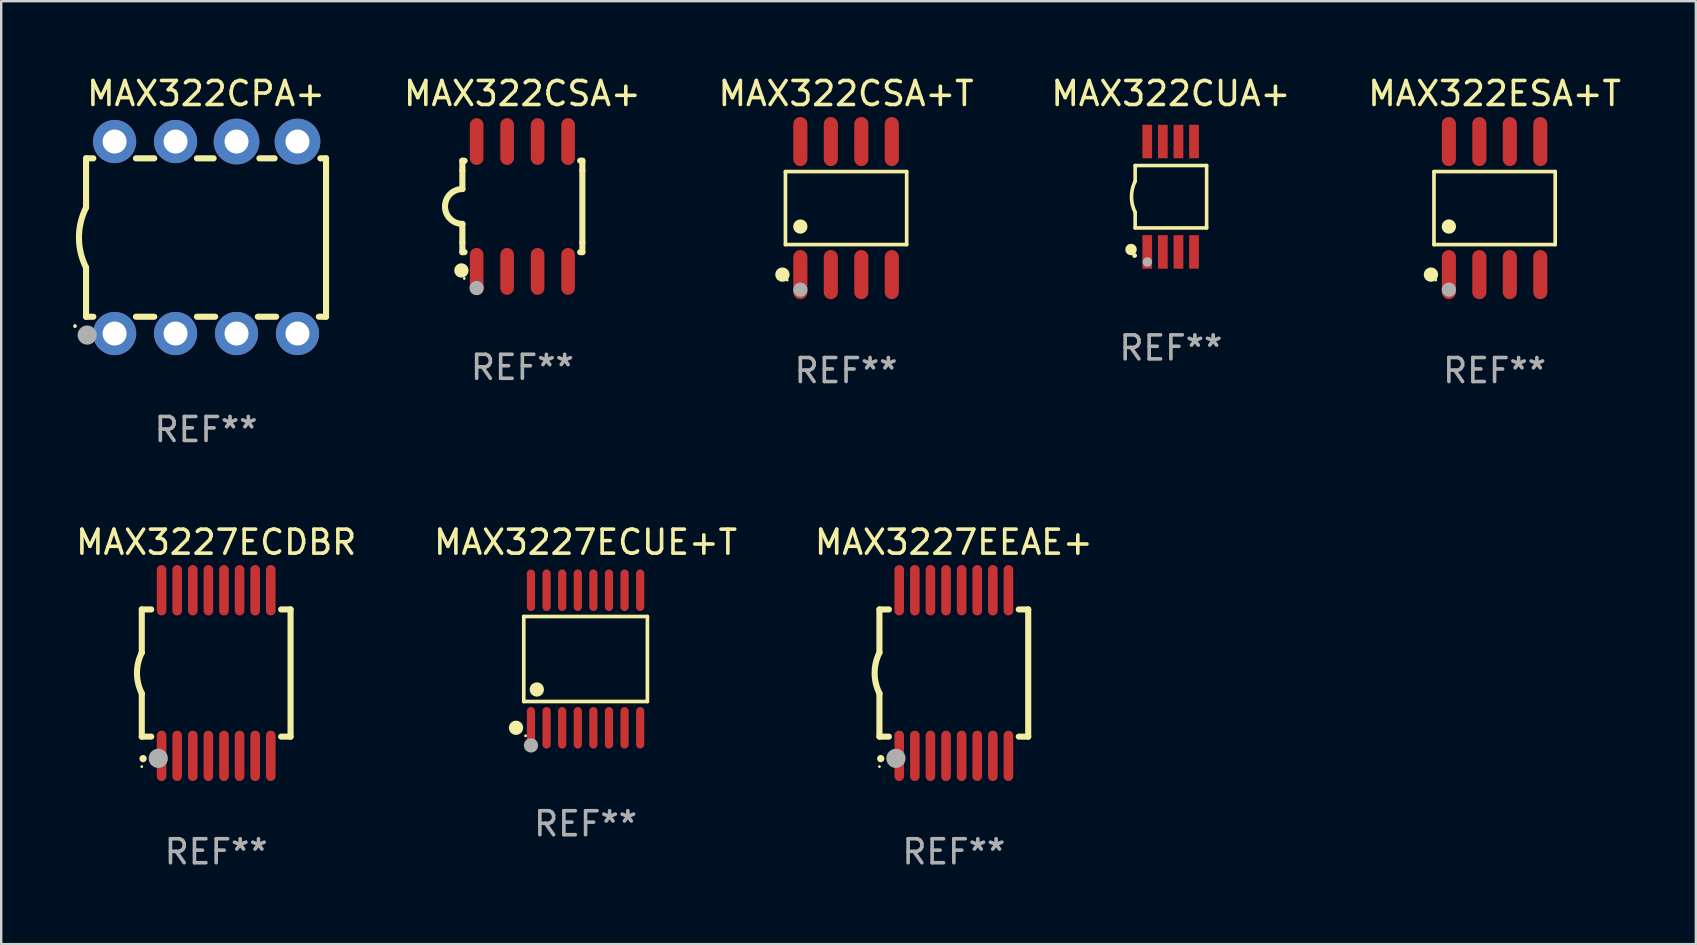
<source format=kicad_pcb>
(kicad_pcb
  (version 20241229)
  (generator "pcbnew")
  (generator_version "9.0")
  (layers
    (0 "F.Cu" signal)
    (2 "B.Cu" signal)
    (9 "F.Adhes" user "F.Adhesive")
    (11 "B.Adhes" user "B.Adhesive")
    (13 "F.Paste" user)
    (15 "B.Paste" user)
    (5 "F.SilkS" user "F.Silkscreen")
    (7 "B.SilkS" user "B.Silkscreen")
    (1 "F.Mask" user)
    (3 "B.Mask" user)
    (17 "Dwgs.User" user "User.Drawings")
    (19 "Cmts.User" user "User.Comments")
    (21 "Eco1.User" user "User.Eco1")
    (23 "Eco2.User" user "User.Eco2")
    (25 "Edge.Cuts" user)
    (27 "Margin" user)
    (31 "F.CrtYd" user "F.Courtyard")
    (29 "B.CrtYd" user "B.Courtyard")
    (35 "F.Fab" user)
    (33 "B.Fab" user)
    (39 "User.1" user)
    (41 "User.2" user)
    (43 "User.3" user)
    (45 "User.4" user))
  (footprint "MAX322CSA+"
    (layer "F.Cu")
    (at 18.717 5.553)
    (property "Reference" "MAX322CSA+" (at 0 -4.705 0) (layer "F.SilkS") (effects (font (size 1 1) (thickness 0.15))))
    (attr through_hole)
    (fp_line (start -2.5 -1.905) (end -2.409 -1.905) (stroke (width 0.254) (type solid)) (layer "F.SilkS"))
    (fp_line (start -2.5 -1.5) (end -2.5 -1.905) (stroke (width 0.254) (type solid)) (layer "F.SilkS"))
    (fp_line (start -2.5 -1.5) (end -2.5 -0.726) (stroke (width 0.254) (type solid)) (layer "F.SilkS"))
    (fp_line (start -2.5 1.5) (end -2.5 0.727) (stroke (width 0.254) (type solid)) (layer "F.SilkS"))
    (fp_line (start -2.5 1.5) (end -2.5 1.905) (stroke (width 0.254) (type solid)) (layer "F.SilkS"))
    (fp_line (start -2.5 1.905) (end -2.409 1.905) (stroke (width 0.254) (type solid)) (layer "F.SilkS"))
    (fp_line (start 2.5 -1.905) (end 2.409 -1.905) (stroke (width 0.254) (type solid)) (layer "F.SilkS"))
    (fp_line (start 2.5 -1.5) (end 2.5 -1.905) (stroke (width 0.254) (type solid)) (layer "F.SilkS"))
    (fp_line (start 2.5 -1.5) (end 2.5 1.5) (stroke (width 0.254) (type solid)) (layer "F.SilkS"))
    (fp_line (start 2.5 1.5) (end 2.5 1.905) (stroke (width 0.254) (type solid)) (layer "F.SilkS"))
    (fp_line (start 2.5 1.905) (end 2.409 1.905) (stroke (width 0.254) (type solid)) (layer "F.SilkS"))
    (fp_arc (start -2.5 0.726568) (mid -3.220316 -0.0023) (end -2.495097 -0.726289) (stroke (width 0.254001) (type solid)) (layer "F.SilkS"))
    (fp_circle (center -2.54 2.667) (end -2.39 2.667) (stroke (width 0.3) (type solid)) (fill no) (layer "F.SilkS"))
    (fp_circle (center -2.42 3) (end -2.39 3) (stroke (width 0.06) (type solid)) (fill no) (layer "F.SilkS"))
    (fp_circle (center -1.905 3.4) (end -1.755 3.4) (stroke (width 0.3) (type solid)) (fill no) (layer "F.Fab"))
    (fp_text user "REF**" (at 0 6.705 0) (layer "F.Fab") (effects (font (size 1 1) (thickness 0.15))))
    (pad "1" smd oval (at -1.905 2.705) (size 0.568 1.95) (layers "F.Cu" "F.Mask" "F.Paste"))
    (pad "2" smd oval (at -0.635 2.705) (size 0.568 1.95) (layers "F.Cu" "F.Mask" "F.Paste"))
    (pad "3" smd oval (at 0.635 2.705) (size 0.568 1.95) (layers "F.Cu" "F.Mask" "F.Paste"))
    (pad "4" smd oval (at 1.905 2.705) (size 0.568 1.95) (layers "F.Cu" "F.Mask" "F.Paste"))
    (pad "5" smd oval (at 1.905 -2.705) (size 0.568 1.95) (layers "F.Cu" "F.Mask" "F.Paste"))
    (pad "6" smd oval (at 0.635 -2.705) (size 0.568 1.95) (layers "F.Cu" "F.Mask" "F.Paste"))
    (pad "7" smd oval (at -0.635 -2.705) (size 0.568 1.95) (layers "F.Cu" "F.Mask" "F.Paste"))
    (pad "8" smd oval (at -1.905 -2.705) (size 0.568 1.95) (layers "F.Cu" "F.Mask" "F.Paste")))
  (footprint "MAX3227ECUE+T"
    (layer "F.Cu")
    (at 21.351 24.411)
    (property "Reference" "MAX3227ECUE+T" (at 0 -4.866 0) (layer "F.SilkS") (effects (font (size 1 1) (thickness 0.15))))
    (attr through_hole)
    (fp_line (start -2.576 -1.772) (end 2.576 -1.772) (stroke (width 0.152) (type solid)) (layer "F.SilkS"))
    (fp_line (start -2.576 1.771) (end -2.576 -1.772) (stroke (width 0.152) (type solid)) (layer "F.SilkS"))
    (fp_line (start 2.576 -1.772) (end 2.576 1.771) (stroke (width 0.152) (type solid)) (layer "F.SilkS"))
    (fp_line (start 2.576 1.771) (end -2.576 1.771) (stroke (width 0.152) (type solid)) (layer "F.SilkS"))
    (fp_circle (center -2.899 2.866) (end -2.749 2.866) (stroke (width 0.3) (type solid)) (fill no) (layer "F.SilkS"))
    (fp_circle (center -2.5 3.2) (end -2.47 3.2) (stroke (width 0.06) (type solid)) (fill no) (layer "F.SilkS"))
    (fp_circle (center -2.032 1.27) (end -1.882 1.27) (stroke (width 0.3) (type solid)) (fill no) (layer "F.SilkS"))
    (fp_circle (center -2.275 3.6) (end -2.125 3.6) (stroke (width 0.3) (type solid)) (fill no) (layer "F.Fab"))
    (fp_text user "REF**" (at 0 6.866 0) (layer "F.Fab") (effects (font (size 1 1) (thickness 0.15))))
    (pad "1" smd oval (at -2.275 2.866) (size 0.343 1.731) (layers "F.Cu" "F.Mask" "F.Paste"))
    (pad "2" smd oval (at -1.625 2.866) (size 0.343 1.731) (layers "F.Cu" "F.Mask" "F.Paste"))
    (pad "3" smd oval (at -0.975 2.866) (size 0.343 1.731) (layers "F.Cu" "F.Mask" "F.Paste"))
    (pad "4" smd oval (at -0.325 2.866) (size 0.343 1.731) (layers "F.Cu" "F.Mask" "F.Paste"))
    (pad "5" smd oval (at 0.325 2.866) (size 0.343 1.731) (layers "F.Cu" "F.Mask" "F.Paste"))
    (pad "6" smd oval (at 0.975 2.866) (size 0.343 1.731) (layers "F.Cu" "F.Mask" "F.Paste"))
    (pad "7" smd oval (at 1.625 2.866) (size 0.343 1.731) (layers "F.Cu" "F.Mask" "F.Paste"))
    (pad "8" smd oval (at 2.275 2.866) (size 0.343 1.731) (layers "F.Cu" "F.Mask" "F.Paste"))
    (pad "9" smd oval (at 2.275 -2.866) (size 0.343 1.731) (layers "F.Cu" "F.Mask" "F.Paste"))
    (pad "10" smd oval (at 1.625 -2.866) (size 0.343 1.731) (layers "F.Cu" "F.Mask" "F.Paste"))
    (pad "11" smd oval (at 0.975 -2.866) (size 0.343 1.731) (layers "F.Cu" "F.Mask" "F.Paste"))
    (pad "12" smd oval (at 0.325 -2.866) (size 0.343 1.731) (layers "F.Cu" "F.Mask" "F.Paste"))
    (pad "13" smd oval (at -0.325 -2.866) (size 0.343 1.731) (layers "F.Cu" "F.Mask" "F.Paste"))
    (pad "14" smd oval (at -0.975 -2.866) (size 0.343 1.731) (layers "F.Cu" "F.Mask" "F.Paste"))
    (pad "15" smd oval (at -1.625 -2.866) (size 0.343 1.731) (layers "F.Cu" "F.Mask" "F.Paste"))
    (pad "16" smd oval (at -2.275 -2.866) (size 0.343 1.731) (layers "F.Cu" "F.Mask" "F.Paste")))
  (footprint "MAX3227ECDBR"
    (layer "F.Cu")
    (at 5.958 24.995)
    (property "Reference" "MAX3227ECDBR" (at 0 -5.45 0) (layer "F.SilkS") (effects (font (size 1 1) (thickness 0.15))))
    (attr through_hole)
    (fp_line (start -3.1 -2.65) (end -3.1 -0.85) (stroke (width 0.254) (type solid)) (layer "F.SilkS"))
    (fp_line (start -3.1 -2.65) (end -2.706 -2.65) (stroke (width 0.254) (type solid)) (layer "F.SilkS"))
    (fp_line (start -3.1 2.65) (end -3.1 0.85) (stroke (width 0.254) (type solid)) (layer "F.SilkS"))
    (fp_line (start -3.1 2.65) (end -2.706 2.65) (stroke (width 0.254) (type solid)) (layer "F.SilkS"))
    (fp_line (start 2.706 -2.65) (end 3.1 -2.65) (stroke (width 0.254) (type solid)) (layer "F.SilkS"))
    (fp_line (start 2.706 2.65) (end 3.1 2.65) (stroke (width 0.254) (type solid)) (layer "F.SilkS"))
    (fp_line (start 3.1 -2.65) (end 3.1 2.65) (stroke (width 0.254) (type solid)) (layer "F.SilkS"))
    (fp_arc (start -3.098907 0.850902) (mid -3.300057 0.000523) (end -3.1 -0.850114) (stroke (width 0.254001) (type solid)) (layer "F.SilkS"))
    (fp_arc (start -3.048006 3.566066) (mid -3.046736 3.566061) (end -3.045466 3.566066) (stroke (width 0.3) (type solid)) (layer "F.SilkS"))
    (fp_circle (center -3.1 3.9) (end -3.07 3.9) (stroke (width 0.06) (type solid)) (fill no) (layer "F.SilkS"))
    (fp_circle (center -2.413 3.556) (end -2.213 3.556) (stroke (width 0.4) (type solid)) (fill no) (layer "F.Fab"))
    (fp_text user "REF**" (at 0 7.45 0) (layer "F.Fab") (effects (font (size 1 1) (thickness 0.15))))
    (pad "1" smd oval (at -2.275 3.45 180) (size 0.4 2.1) (layers "F.Cu" "F.Mask" "F.Paste"))
    (pad "2" smd oval (at -1.625 3.45 180) (size 0.4 2.1) (layers "F.Cu" "F.Mask" "F.Paste"))
    (pad "3" smd oval (at -0.975 3.45 180) (size 0.4 2.1) (layers "F.Cu" "F.Mask" "F.Paste"))
    (pad "4" smd oval (at -0.325 3.45 180) (size 0.4 2.1) (layers "F.Cu" "F.Mask" "F.Paste"))
    (pad "5" smd oval (at 0.325 3.45 180) (size 0.4 2.1) (layers "F.Cu" "F.Mask" "F.Paste"))
    (pad "6" smd oval (at 0.975 3.45 180) (size 0.4 2.1) (layers "F.Cu" "F.Mask" "F.Paste"))
    (pad "7" smd oval (at 1.625 3.45 180) (size 0.4 2.1) (layers "F.Cu" "F.Mask" "F.Paste"))
    (pad "8" smd oval (at 2.275 3.45 180) (size 0.4 2.1) (layers "F.Cu" "F.Mask" "F.Paste"))
    (pad "9" smd oval (at 2.275 -3.45 180) (size 0.4 2.1) (layers "F.Cu" "F.Mask" "F.Paste"))
    (pad "10" smd oval (at 1.625 -3.45 180) (size 0.4 2.1) (layers "F.Cu" "F.Mask" "F.Paste"))
    (pad "11" smd oval (at 0.975 -3.45 180) (size 0.4 2.1) (layers "F.Cu" "F.Mask" "F.Paste"))
    (pad "12" smd oval (at 0.325 -3.45 180) (size 0.4 2.1) (layers "F.Cu" "F.Mask" "F.Paste"))
    (pad "13" smd oval (at -0.325 -3.45 180) (size 0.4 2.1) (layers "F.Cu" "F.Mask" "F.Paste"))
    (pad "14" smd oval (at -0.975 -3.45 180) (size 0.4 2.1) (layers "F.Cu" "F.Mask" "F.Paste"))
    (pad "15" smd oval (at -1.625 -3.45 180) (size 0.4 2.1) (layers "F.Cu" "F.Mask" "F.Paste"))
    (pad "16" smd oval (at -2.275 -3.45 180) (size 0.4 2.1) (layers "F.Cu" "F.Mask" "F.Paste")))
  (footprint "MAX322ESA+T"
    (layer "F.Cu")
    (at 59.229 5.621)
    (property "Reference" "MAX322ESA+T" (at 0 -4.772 0) (layer "F.SilkS") (effects (font (size 1 1) (thickness 0.15))))
    (attr through_hole)
    (fp_line (start -2.526 -1.521) (end 2.526 -1.521) (stroke (width 0.152) (type solid)) (layer "F.SilkS"))
    (fp_line (start -2.526 1.521) (end -2.526 -1.521) (stroke (width 0.152) (type solid)) (layer "F.SilkS"))
    (fp_line (start 2.526 -1.521) (end 2.526 1.521) (stroke (width 0.152) (type solid)) (layer "F.SilkS"))
    (fp_line (start 2.526 1.521) (end -2.526 1.521) (stroke (width 0.152) (type solid)) (layer "F.SilkS"))
    (fp_circle (center -2.652 2.772) (end -2.501 2.772) (stroke (width 0.3) (type solid)) (fill no) (layer "F.SilkS"))
    (fp_circle (center -2.45 3) (end -2.42 3) (stroke (width 0.06) (type solid)) (fill no) (layer "F.SilkS"))
    (fp_circle (center -1.905 0.769) (end -1.755 0.769) (stroke (width 0.3) (type solid)) (fill no) (layer "F.SilkS"))
    (fp_circle (center -1.905 3.4) (end -1.755 3.4) (stroke (width 0.3) (type solid)) (fill no) (layer "F.Fab"))
    (fp_text user "REF**" (at 0 6.772 0) (layer "F.Fab") (effects (font (size 1 1) (thickness 0.15))))
    (pad "1" smd oval (at -1.905 2.772) (size 0.588 2.045) (layers "F.Cu" "F.Mask" "F.Paste"))
    (pad "2" smd oval (at -0.635 2.772) (size 0.588 2.045) (layers "F.Cu" "F.Mask" "F.Paste"))
    (pad "3" smd oval (at 0.635 2.772) (size 0.588 2.045) (layers "F.Cu" "F.Mask" "F.Paste"))
    (pad "4" smd oval (at 1.905 2.772) (size 0.588 2.045) (layers "F.Cu" "F.Mask" "F.Paste"))
    (pad "5" smd oval (at 1.905 -2.772) (size 0.588 2.045) (layers "F.Cu" "F.Mask" "F.Paste"))
    (pad "6" smd oval (at 0.635 -2.772) (size 0.588 2.045) (layers "F.Cu" "F.Mask" "F.Paste"))
    (pad "7" smd oval (at -0.635 -2.772) (size 0.588 2.045) (layers "F.Cu" "F.Mask" "F.Paste"))
    (pad "8" smd oval (at -1.905 -2.772) (size 0.588 2.045) (layers "F.Cu" "F.Mask" "F.Paste")))
  (footprint "MAX322CPA+"
    (layer "F.Cu")
    (at 5.536 6.848)
    (property "Reference" "MAX322CPA+" (at 0 -6 0) (layer "F.SilkS") (effects (font (size 1 1) (thickness 0.15))))
    (attr through_hole)
    (fp_line (start -5 -3.3) (end -5 -1.25) (stroke (width 0.254) (type solid)) (layer "F.SilkS"))
    (fp_line (start -5 -3.3) (end -4.698 -3.3) (stroke (width 0.254) (type solid)) (layer "F.SilkS"))
    (fp_line (start -5 3.3) (end -5 1.25) (stroke (width 0.254) (type solid)) (layer "F.SilkS"))
    (fp_line (start -5 3.3) (end -4.698 3.3) (stroke (width 0.254) (type solid)) (layer "F.SilkS"))
    (fp_line (start -2.922 -3.3) (end -2.158 -3.3) (stroke (width 0.254) (type solid)) (layer "F.SilkS"))
    (fp_line (start -2.922 3.3) (end -2.158 3.3) (stroke (width 0.254) (type solid)) (layer "F.SilkS"))
    (fp_line (start -0.382 -3.3) (end 0.316 -3.3) (stroke (width 0.254) (type solid)) (layer "F.SilkS"))
    (fp_line (start -0.382 3.3) (end 0.382 3.3) (stroke (width 0.254) (type solid)) (layer "F.SilkS"))
    (fp_line (start 2.158 3.3) (end 2.922 3.3) (stroke (width 0.254) (type solid)) (layer "F.SilkS"))
    (fp_line (start 2.224 -3.3) (end 2.856 -3.3) (stroke (width 0.254) (type solid)) (layer "F.SilkS"))
    (fp_line (start 4.698 3.3) (end 5 3.3) (stroke (width 0.254) (type solid)) (layer "F.SilkS"))
    (fp_line (start 4.764 -3.3) (end 5 -3.3) (stroke (width 0.254) (type solid)) (layer "F.SilkS"))
    (fp_line (start 5 -3.3) (end 5 3.3) (stroke (width 0.254) (type solid)) (layer "F.SilkS"))
    (fp_arc (start -5.46124 3.694259) (mid -5.461175 3.688632) (end -5.460986 3.683007) (stroke (width 0.149987) (type solid)) (layer "F.SilkS"))
    (fp_arc (start -5.00127 1.249682) (mid -5.295892 -0.000313) (end -5.000025 -1.250013) (stroke (width 0.254001) (type solid)) (layer "F.SilkS"))
    (fp_circle (center -4.795 4.237) (end -4.765 4.237) (stroke (width 0.06) (type solid)) (fill no) (layer "F.SilkS"))
    (fp_circle (center -4.953 4.064) (end -4.753 4.064) (stroke (width 0.4) (type solid)) (fill no) (layer "F.Fab"))
    (fp_text user "REF**" (at 0 8 0) (layer "F.Fab") (effects (font (size 1 1) (thickness 0.15))))
    (pad "1" thru_hole circle (at -3.81 4) (size 1.8 1.8) (drill 1) (layers "*.Cu" "*.Mask"))
    (pad "2" thru_hole circle (at -1.27 4) (size 1.8 1.8) (drill 1) (layers "*.Cu" "*.Mask"))
    (pad "3" thru_hole circle (at 1.27 4) (size 1.8 1.8) (drill 1) (layers "*.Cu" "*.Mask"))
    (pad "4" thru_hole circle (at 3.81 4) (size 1.8 1.8) (drill 1) (layers "*.Cu" "*.Mask"))
    (pad "5" thru_hole circle (at 3.81 -4) (size 1.905 1.905) (drill 1) (layers "*.Cu" "*.Mask"))
    (pad "6" thru_hole circle (at 1.27 -4) (size 1.905 1.905) (drill 1) (layers "*.Cu" "*.Mask"))
    (pad "7" thru_hole circle (at -1.27 -4) (size 1.8 1.8) (drill 1) (layers "*.Cu" "*.Mask"))
    (pad "8" thru_hole circle (at -3.81 -4) (size 1.8 1.8) (drill 1) (layers "*.Cu" "*.Mask")))
  (footprint "MAX322CSA+T"
    (layer "F.Cu")
    (at 32.205 5.621)
    (property "Reference" "MAX322CSA+T" (at 0 -4.772 0) (layer "F.SilkS") (effects (font (size 1 1) (thickness 0.15))))
    (attr through_hole)
    (fp_line (start -2.526 -1.521) (end 2.526 -1.521) (stroke (width 0.152) (type solid)) (layer "F.SilkS"))
    (fp_line (start -2.526 1.521) (end -2.526 -1.521) (stroke (width 0.152) (type solid)) (layer "F.SilkS"))
    (fp_line (start 2.526 -1.521) (end 2.526 1.521) (stroke (width 0.152) (type solid)) (layer "F.SilkS"))
    (fp_line (start 2.526 1.521) (end -2.526 1.521) (stroke (width 0.152) (type solid)) (layer "F.SilkS"))
    (fp_circle (center -2.652 2.772) (end -2.501 2.772) (stroke (width 0.3) (type solid)) (fill no) (layer "F.SilkS"))
    (fp_circle (center -2.45 3) (end -2.42 3) (stroke (width 0.06) (type solid)) (fill no) (layer "F.SilkS"))
    (fp_circle (center -1.905 0.769) (end -1.755 0.769) (stroke (width 0.3) (type solid)) (fill no) (layer "F.SilkS"))
    (fp_circle (center -1.905 3.4) (end -1.755 3.4) (stroke (width 0.3) (type solid)) (fill no) (layer "F.Fab"))
    (fp_text user "REF**" (at 0 6.772 0) (layer "F.Fab") (effects (font (size 1 1) (thickness 0.15))))
    (pad "1" smd oval (at -1.905 2.772) (size 0.588 2.045) (layers "F.Cu" "F.Mask" "F.Paste"))
    (pad "2" smd oval (at -0.635 2.772) (size 0.588 2.045) (layers "F.Cu" "F.Mask" "F.Paste"))
    (pad "3" smd oval (at 0.635 2.772) (size 0.588 2.045) (layers "F.Cu" "F.Mask" "F.Paste"))
    (pad "4" smd oval (at 1.905 2.772) (size 0.588 2.045) (layers "F.Cu" "F.Mask" "F.Paste"))
    (pad "5" smd oval (at 1.905 -2.772) (size 0.588 2.045) (layers "F.Cu" "F.Mask" "F.Paste"))
    (pad "6" smd oval (at 0.635 -2.772) (size 0.588 2.045) (layers "F.Cu" "F.Mask" "F.Paste"))
    (pad "7" smd oval (at -0.635 -2.772) (size 0.588 2.045) (layers "F.Cu" "F.Mask" "F.Paste"))
    (pad "8" smd oval (at -1.905 -2.772) (size 0.588 2.045) (layers "F.Cu" "F.Mask" "F.Paste")))
  (footprint "MAX3227EEAE+"
    (layer "F.Cu")
    (at 36.696 24.995)
    (property "Reference" "MAX3227EEAE+" (at 0 -5.45 0) (layer "F.SilkS") (effects (font (size 1 1) (thickness 0.15))))
    (attr through_hole)
    (fp_line (start -3.1 -2.65) (end -3.1 -0.85) (stroke (width 0.254) (type solid)) (layer "F.SilkS"))
    (fp_line (start -3.1 -2.65) (end -2.706 -2.65) (stroke (width 0.254) (type solid)) (layer "F.SilkS"))
    (fp_line (start -3.1 2.65) (end -3.1 0.85) (stroke (width 0.254) (type solid)) (layer "F.SilkS"))
    (fp_line (start -3.1 2.65) (end -2.706 2.65) (stroke (width 0.254) (type solid)) (layer "F.SilkS"))
    (fp_line (start 2.706 -2.65) (end 3.1 -2.65) (stroke (width 0.254) (type solid)) (layer "F.SilkS"))
    (fp_line (start 2.706 2.65) (end 3.1 2.65) (stroke (width 0.254) (type solid)) (layer "F.SilkS"))
    (fp_line (start 3.1 -2.65) (end 3.1 2.65) (stroke (width 0.254) (type solid)) (layer "F.SilkS"))
    (fp_arc (start -3.098907 0.850902) (mid -3.300057 0.000523) (end -3.1 -0.850114) (stroke (width 0.254001) (type solid)) (layer "F.SilkS"))
    (fp_arc (start -3.048006 3.566066) (mid -3.046736 3.566061) (end -3.045466 3.566066) (stroke (width 0.3) (type solid)) (layer "F.SilkS"))
    (fp_circle (center -3.1 3.9) (end -3.07 3.9) (stroke (width 0.06) (type solid)) (fill no) (layer "F.SilkS"))
    (fp_circle (center -2.413 3.556) (end -2.213 3.556) (stroke (width 0.4) (type solid)) (fill no) (layer "F.Fab"))
    (fp_text user "REF**" (at 0 7.45 0) (layer "F.Fab") (effects (font (size 1 1) (thickness 0.15))))
    (pad "1" smd oval (at -2.275 3.45 180) (size 0.4 2.1) (layers "F.Cu" "F.Mask" "F.Paste"))
    (pad "2" smd oval (at -1.625 3.45 180) (size 0.4 2.1) (layers "F.Cu" "F.Mask" "F.Paste"))
    (pad "3" smd oval (at -0.975 3.45 180) (size 0.4 2.1) (layers "F.Cu" "F.Mask" "F.Paste"))
    (pad "4" smd oval (at -0.325 3.45 180) (size 0.4 2.1) (layers "F.Cu" "F.Mask" "F.Paste"))
    (pad "5" smd oval (at 0.325 3.45 180) (size 0.4 2.1) (layers "F.Cu" "F.Mask" "F.Paste"))
    (pad "6" smd oval (at 0.975 3.45 180) (size 0.4 2.1) (layers "F.Cu" "F.Mask" "F.Paste"))
    (pad "7" smd oval (at 1.625 3.45 180) (size 0.4 2.1) (layers "F.Cu" "F.Mask" "F.Paste"))
    (pad "8" smd oval (at 2.275 3.45 180) (size 0.4 2.1) (layers "F.Cu" "F.Mask" "F.Paste"))
    (pad "9" smd oval (at 2.275 -3.45 180) (size 0.4 2.1) (layers "F.Cu" "F.Mask" "F.Paste"))
    (pad "10" smd oval (at 1.625 -3.45 180) (size 0.4 2.1) (layers "F.Cu" "F.Mask" "F.Paste"))
    (pad "11" smd oval (at 0.975 -3.45 180) (size 0.4 2.1) (layers "F.Cu" "F.Mask" "F.Paste"))
    (pad "12" smd oval (at 0.325 -3.45 180) (size 0.4 2.1) (layers "F.Cu" "F.Mask" "F.Paste"))
    (pad "13" smd oval (at -0.325 -3.45 180) (size 0.4 2.1) (layers "F.Cu" "F.Mask" "F.Paste"))
    (pad "14" smd oval (at -0.975 -3.45 180) (size 0.4 2.1) (layers "F.Cu" "F.Mask" "F.Paste"))
    (pad "15" smd oval (at -1.625 -3.45 180) (size 0.4 2.1) (layers "F.Cu" "F.Mask" "F.Paste"))
    (pad "16" smd oval (at -2.275 -3.45 180) (size 0.4 2.1) (layers "F.Cu" "F.Mask" "F.Paste")))
  (footprint "MAX322CUA+"
    (layer "F.Cu")
    (at 45.741 5.148)
    (property "Reference" "MAX322CUA+" (at 0 -4.3 0) (layer "F.SilkS") (effects (font (size 1 1) (thickness 0.15))))
    (attr through_hole)
    (fp_line (start -1.489 -1.3) (end -1.489 -0.648) (stroke (width 0.15) (type solid)) (layer "F.SilkS"))
    (fp_line (start -1.489 0.648) (end -1.489 1.3) (stroke (width 0.15) (type solid)) (layer "F.SilkS"))
    (fp_line (start -1.489 1.3) (end 1.489 1.3) (stroke (width 0.15) (type solid)) (layer "F.SilkS"))
    (fp_line (start 1.489 -1.3) (end -1.489 -1.3) (stroke (width 0.15) (type solid)) (layer "F.SilkS"))
    (fp_line (start 1.489 1.3) (end 1.489 -1.3) (stroke (width 0.15) (type solid)) (layer "F.SilkS"))
    (fp_arc (start -1.489205 0.647702) (mid -1.642107 0) (end -1.489205 -0.647701) (stroke (width 0.150013) (type solid)) (layer "F.SilkS"))
    (fp_circle (center -1.661 2.2) (end -1.541 2.2) (stroke (width 0.24) (type solid)) (fill no) (layer "F.SilkS"))
    (fp_circle (center -1.511 2.45) (end -1.461 2.45) (stroke (width 0.1) (type solid)) (fill no) (layer "F.SilkS"))
    (fp_circle (center -0.981 2.72) (end -0.881 2.72) (stroke (width 0.2) (type solid)) (fill no) (layer "F.Fab"))
    (fp_text user "REF**" (at 0 6.3 0) (layer "F.Fab") (effects (font (size 1 1) (thickness 0.15))))
    (pad "1" smd rect (at -0.986 2.3) (size 0.406 1.397) (layers "F.Cu" "F.Mask" "F.Paste"))
    (pad "2" smd rect (at -0.336 2.3) (size 0.406 1.397) (layers "F.Cu" "F.Mask" "F.Paste"))
    (pad "3" smd rect (at 0.314 2.3) (size 0.406 1.397) (layers "F.Cu" "F.Mask" "F.Paste"))
    (pad "4" smd rect (at 0.964 2.3) (size 0.406 1.397) (layers "F.Cu" "F.Mask" "F.Paste"))
    (pad "5" smd rect (at 0.964 -2.3) (size 0.406 1.397) (layers "F.Cu" "F.Mask" "F.Paste"))
    (pad "6" smd rect (at 0.314 -2.3) (size 0.406 1.397) (layers "F.Cu" "F.Mask" "F.Paste"))
    (pad "7" smd rect (at -0.336 -2.3) (size 0.406 1.397) (layers "F.Cu" "F.Mask" "F.Paste"))
    (pad "8" smd rect (at -0.986 -2.3) (size 0.406 1.397) (layers "F.Cu" "F.Mask" "F.Paste")))
  (gr_rect
    (start -3 -3)
    (end 67.616 36.293)
    (stroke (width 0.1) (type default))
    (fill no)
    (layer "Edge.Cuts")))
</source>
